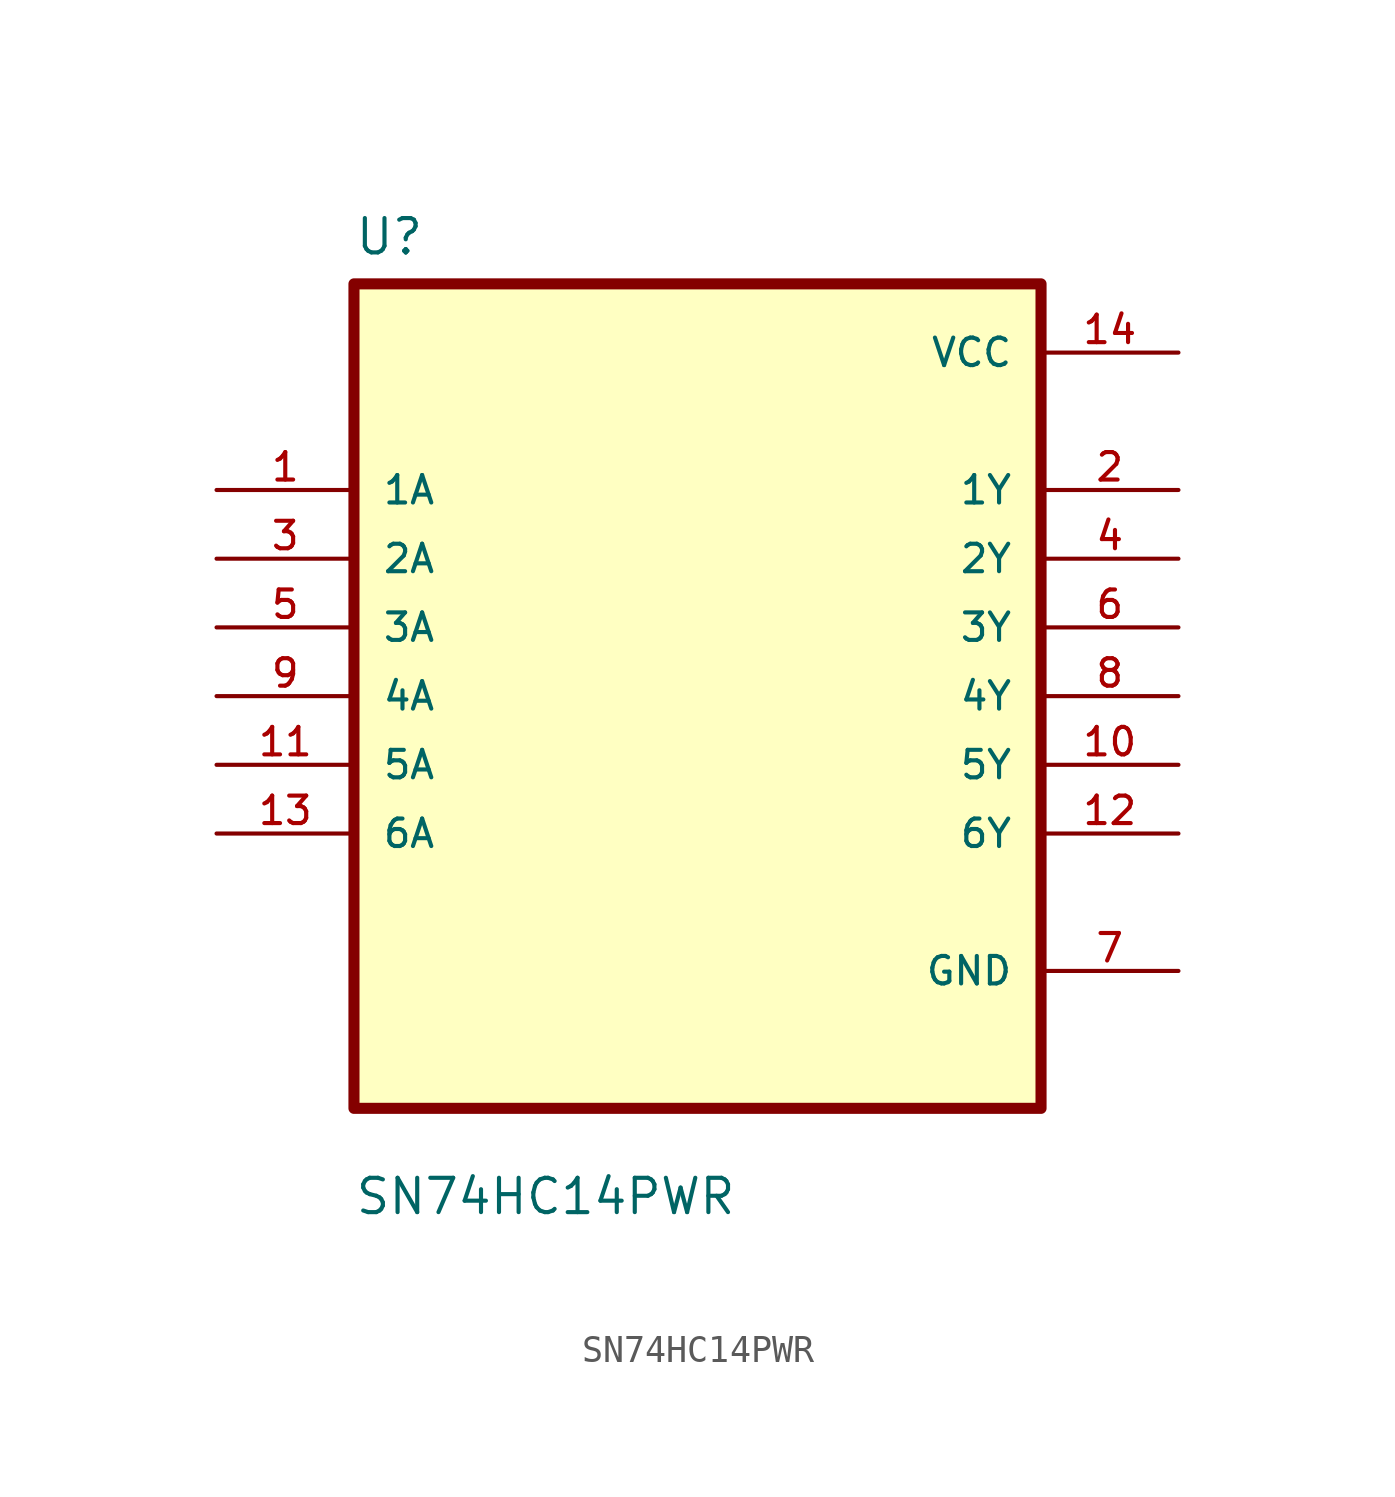
<source format=kicad_sym>
(kicad_symbol_lib
  (version 20211014)
  (generator kicad_symbol_editor)
  (symbol "SN74HC14PWR"
    (pin_names
      (offset 1.016))
    (property "Reference" "U"
      (at -12.7 16.24 0.0)
      (effects (font (size 1.27 1.27)) (justify bottom left)))
    (property "Value" "SN74HC14PWR"
      (at -12.7 -19.24 0.0)
      (effects (font (size 1.27 1.27)) (justify bottom left)))
    (symbol "SN74HC14PWR_0_0"
      (rectangle (start -12.7 -15.24) (end 12.7 15.24) (stroke (width 0.41)) (fill (type background)))
      (pin input line (at -17.78 7.62 0) (length 5.08) (name "1A" (effects (font (size 1.016 1.016)))) (number "1" (effects (font (size 1.016 1.016)))))
      (pin input line (at -17.78 5.08 0) (length 5.08) (name "2A" (effects (font (size 1.016 1.016)))) (number "3" (effects (font (size 1.016 1.016)))))
      (pin input line (at -17.78 2.54 0) (length 5.08) (name "3A" (effects (font (size 1.016 1.016)))) (number "5" (effects (font (size 1.016 1.016)))))
      (pin input line (at -17.78 0.0 0) (length 5.08) (name "4A" (effects (font (size 1.016 1.016)))) (number "9" (effects (font (size 1.016 1.016)))))
      (pin input line (at -17.78 -2.54 0) (length 5.08) (name "5A" (effects (font (size 1.016 1.016)))) (number "11" (effects (font (size 1.016 1.016)))))
      (pin input line (at -17.78 -5.08 0) (length 5.08) (name "6A" (effects (font (size 1.016 1.016)))) (number "13" (effects (font (size 1.016 1.016)))))
      (pin power_in line (at 17.78 12.7 180.0) (length 5.08) (name "VCC" (effects (font (size 1.016 1.016)))) (number "14" (effects (font (size 1.016 1.016)))))
      (pin output line (at 17.78 7.62 180.0) (length 5.08) (name "1Y" (effects (font (size 1.016 1.016)))) (number "2" (effects (font (size 1.016 1.016)))))
      (pin output line (at 17.78 5.08 180.0) (length 5.08) (name "2Y" (effects (font (size 1.016 1.016)))) (number "4" (effects (font (size 1.016 1.016)))))
      (pin output line (at 17.78 2.54 180.0) (length 5.08) (name "3Y" (effects (font (size 1.016 1.016)))) (number "6" (effects (font (size 1.016 1.016)))))
      (pin output line (at 17.78 -8.88178e-16 180.0) (length 5.08) (name "4Y" (effects (font (size 1.016 1.016)))) (number "8" (effects (font (size 1.016 1.016)))))
      (pin output line (at 17.78 -2.54 180.0) (length 5.08) (name "5Y" (effects (font (size 1.016 1.016)))) (number "10" (effects (font (size 1.016 1.016)))))
      (pin output line (at 17.78 -5.08 180.0) (length 5.08) (name "6Y" (effects (font (size 1.016 1.016)))) (number "12" (effects (font (size 1.016 1.016)))))
      (pin power_in line (at 17.78 -10.16 180.0) (length 5.08) (name "GND" (effects (font (size 1.016 1.016)))) (number "7" (effects (font (size 1.016 1.016))))))))
</source>
